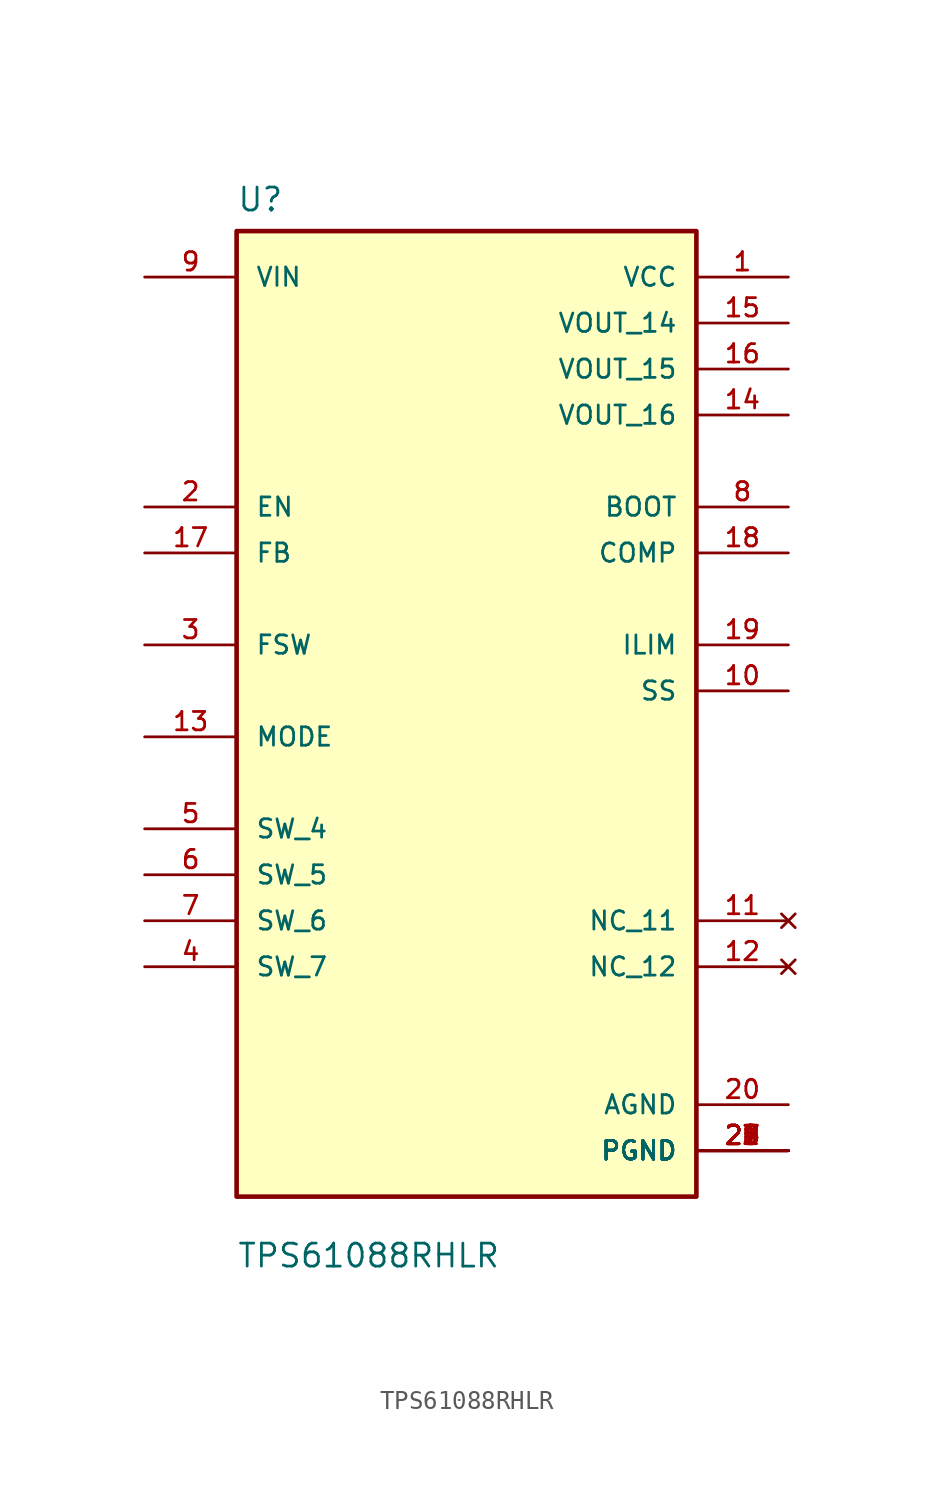
<source format=kicad_sym>
(kicad_symbol_lib
  (version 20211014)
  (generator kicad_symbol_editor)
  (symbol "TPS61088RHLR"
    (pin_names
      (offset 1.016))
    (property "Reference" "U"
      (at -12.7 26.4 0.0)
      (effects (font (size 1.27 1.27)) (justify bottom left)))
    (property "Value" "TPS61088RHLR"
      (at -12.7 -31.94 0.0)
      (effects (font (size 1.27 1.27)) (justify bottom left)))
    (symbol "TPS61088RHLR_0_0"
      (rectangle (start -12.7 -27.94) (end 12.7 25.4) (stroke (width 0.254)) (fill (type background)))
      (pin input line (at -17.78 10.16 0) (length 5.08) (name "EN" (effects (font (size 1.016 1.016)))) (number "2" (effects (font (size 1.016 1.016)))))
      (pin input line (at -17.78 7.62 0) (length 5.08) (name "FB" (effects (font (size 1.016 1.016)))) (number "17" (effects (font (size 1.016 1.016)))))
      (pin input line (at -17.78 2.54 0) (length 5.08) (name "FSW" (effects (font (size 1.016 1.016)))) (number "3" (effects (font (size 1.016 1.016)))))
      (pin input line (at -17.78 -2.54 0) (length 5.08) (name "MODE" (effects (font (size 1.016 1.016)))) (number "13" (effects (font (size 1.016 1.016)))))
      (pin input line (at -17.78 -7.62 0) (length 5.08) (name "SW_4" (effects (font (size 1.016 1.016)))) (number "5" (effects (font (size 1.016 1.016)))))
      (pin input line (at -17.78 -10.16 0) (length 5.08) (name "SW_5" (effects (font (size 1.016 1.016)))) (number "6" (effects (font (size 1.016 1.016)))))
      (pin input line (at -17.78 -12.7 0) (length 5.08) (name "SW_6" (effects (font (size 1.016 1.016)))) (number "7" (effects (font (size 1.016 1.016)))))
      (pin input line (at -17.78 -15.24 0) (length 5.08) (name "SW_7" (effects (font (size 1.016 1.016)))) (number "4" (effects (font (size 1.016 1.016)))))
      (pin input line (at -17.78 22.86 0) (length 5.08) (name "VIN" (effects (font (size 1.016 1.016)))) (number "9" (effects (font (size 1.016 1.016)))))
      (pin output line (at 17.78 10.16 180.0) (length 5.08) (name "BOOT" (effects (font (size 1.016 1.016)))) (number "8" (effects (font (size 1.016 1.016)))))
      (pin output line (at 17.78 7.62 180.0) (length 5.08) (name "COMP" (effects (font (size 1.016 1.016)))) (number "18" (effects (font (size 1.016 1.016)))))
      (pin output line (at 17.78 2.54 180.0) (length 5.08) (name "ILIM" (effects (font (size 1.016 1.016)))) (number "19" (effects (font (size 1.016 1.016)))))
      (pin output line (at 17.78 0.0 180.0) (length 5.08) (name "SS" (effects (font (size 1.016 1.016)))) (number "10" (effects (font (size 1.016 1.016)))))
      (pin output line (at 17.78 22.86 180.0) (length 5.08) (name "VCC" (effects (font (size 1.016 1.016)))) (number "1" (effects (font (size 1.016 1.016)))))
      (pin output line (at 17.78 20.32 180.0) (length 5.08) (name "VOUT_14" (effects (font (size 1.016 1.016)))) (number "15" (effects (font (size 1.016 1.016)))))
      (pin output line (at 17.78 17.78 180.0) (length 5.08) (name "VOUT_15" (effects (font (size 1.016 1.016)))) (number "16" (effects (font (size 1.016 1.016)))))
      (pin output line (at 17.78 15.24 180.0) (length 5.08) (name "VOUT_16" (effects (font (size 1.016 1.016)))) (number "14" (effects (font (size 1.016 1.016)))))
      (pin power_in line (at 17.78 -22.86 180.0) (length 5.08) (name "AGND" (effects (font (size 1.016 1.016)))) (number "20" (effects (font (size 1.016 1.016)))))
      (pin power_in line (at 17.78 -25.4 180.0) (length 5.08) (name "PGND" (effects (font (size 1.016 1.016)))) (number "21" (effects (font (size 1.016 1.016)))))
      (pin power_in line (at 17.78 -25.4 180.0) (length 5.08) (name "PGND" (effects (font (size 1.016 1.016)))) (number "22" (effects (font (size 1.016 1.016)))))
      (pin power_in line (at 17.78 -25.4 180.0) (length 5.08) (name "PGND" (effects (font (size 1.016 1.016)))) (number "23" (effects (font (size 1.016 1.016)))))
      (pin power_in line (at 17.78 -25.4 180.0) (length 5.08) (name "PGND" (effects (font (size 1.016 1.016)))) (number "24" (effects (font (size 1.016 1.016)))))
      (pin power_in line (at 17.78 -25.4 180.0) (length 5.08) (name "PGND" (effects (font (size 1.016 1.016)))) (number "25" (effects (font (size 1.016 1.016)))))
      (pin power_in line (at 17.78 -25.4 180.0) (length 5.08) (name "PGND" (effects (font (size 1.016 1.016)))) (number "26" (effects (font (size 1.016 1.016)))))
      (pin power_in line (at 17.78 -25.4 180.0) (length 5.08) (name "PGND" (effects (font (size 1.016 1.016)))) (number "27" (effects (font (size 1.016 1.016)))))
      (pin power_in line (at 17.78 -25.4 180.0) (length 5.08) (name "PGND" (effects (font (size 1.016 1.016)))) (number "28" (effects (font (size 1.016 1.016)))))
      (pin power_in line (at 17.78 -25.4 180.0) (length 5.08) (name "PGND" (effects (font (size 1.016 1.016)))) (number "29" (effects (font (size 1.016 1.016)))))
      (pin no_connect line (at 17.78 -12.7 180.0) (length 5.08) (name "NC_11" (effects (font (size 1.016 1.016)))) (number "11" (effects (font (size 1.016 1.016)))))
      (pin no_connect line (at 17.78 -15.24 180.0) (length 5.08) (name "NC_12" (effects (font (size 1.016 1.016)))) (number "12" (effects (font (size 1.016 1.016))))))))
</source>
